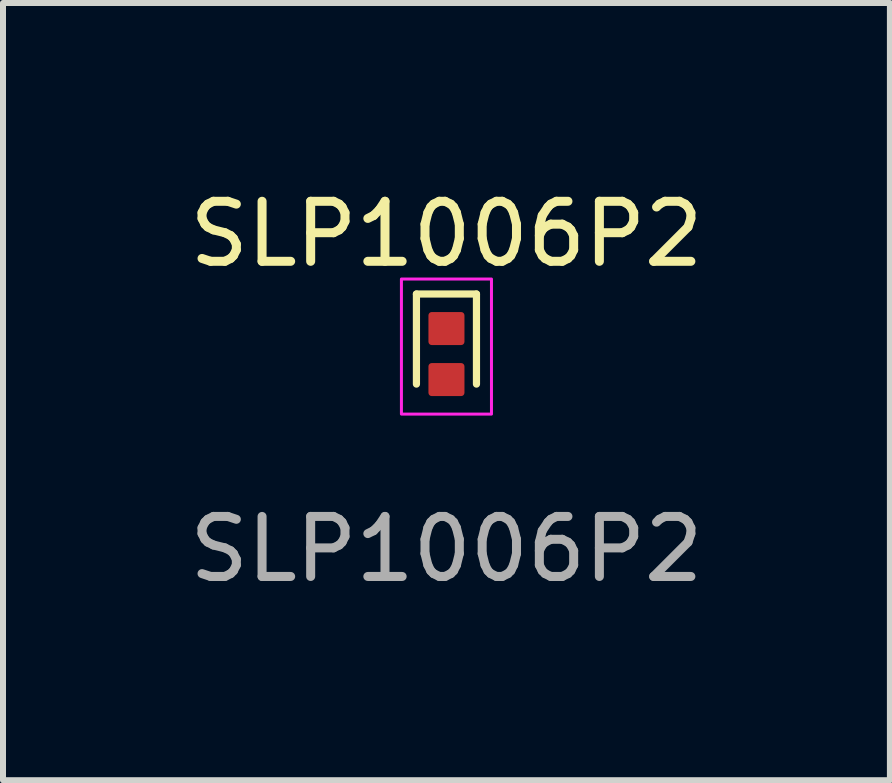
<source format=kicad_pcb>
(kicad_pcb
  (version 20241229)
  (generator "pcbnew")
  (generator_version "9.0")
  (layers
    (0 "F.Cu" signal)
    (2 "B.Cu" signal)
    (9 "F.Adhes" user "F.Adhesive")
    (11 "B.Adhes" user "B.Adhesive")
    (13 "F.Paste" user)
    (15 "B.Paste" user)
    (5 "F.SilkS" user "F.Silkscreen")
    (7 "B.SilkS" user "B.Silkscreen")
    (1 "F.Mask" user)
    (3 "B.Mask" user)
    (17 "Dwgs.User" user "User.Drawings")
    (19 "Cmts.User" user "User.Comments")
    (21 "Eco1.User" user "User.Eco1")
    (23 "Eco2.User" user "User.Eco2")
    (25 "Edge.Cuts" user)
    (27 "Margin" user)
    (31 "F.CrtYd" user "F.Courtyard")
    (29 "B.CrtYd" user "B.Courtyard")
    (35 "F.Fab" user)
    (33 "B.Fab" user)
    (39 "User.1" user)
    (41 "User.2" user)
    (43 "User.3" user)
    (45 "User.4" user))
  (footprint "SLP1006P2"
    (layer "F.Cu")
    (at 4.387 2.848)
    (property "Reference" "SLP1006P2" (at 0 -2 0) (unlocked yes) (layer "F.SilkS") (effects (font (size 1 1) (thickness 0.15))))
    (attr smd)
    (fp_line (start -0.5 -1) (end 0.5 -1) (stroke (width 0.12) (type solid)) (layer "F.SilkS"))
    (fp_line (start -0.5 0.5) (end -0.5 -1) (stroke (width 0.12) (type solid)) (layer "F.SilkS"))
    (fp_line (start 0.5 -1) (end 0.5 0.5) (stroke (width 0.12) (type solid)) (layer "F.SilkS"))
    (fp_rect (start -0.75 -1.25) (end 0.75 1) (stroke (width 0.05) (type solid)) (fill no) (layer "F.CrtYd"))
    (fp_text user "${REFERENCE}" (at 0 3.25 0) (unlocked yes) (layer "F.Fab") (effects (font (size 1 1) (thickness 0.15))))
    (pad "1" smd roundrect (at 0 -0.425) (size 0.6 0.55) (layers "F.Cu" "F.Mask" "F.Paste") (roundrect_rratio 0.1))
    (pad "2" smd roundrect (at 0 0.425) (size 0.6 0.55) (layers "F.Cu" "F.Mask" "F.Paste") (roundrect_rratio 0.1)))
  (gr_rect
    (start -3 -3)
    (end 11.774 9.947)
    (stroke (width 0.1) (type default))
    (fill no)
    (layer "Edge.Cuts")))
</source>
